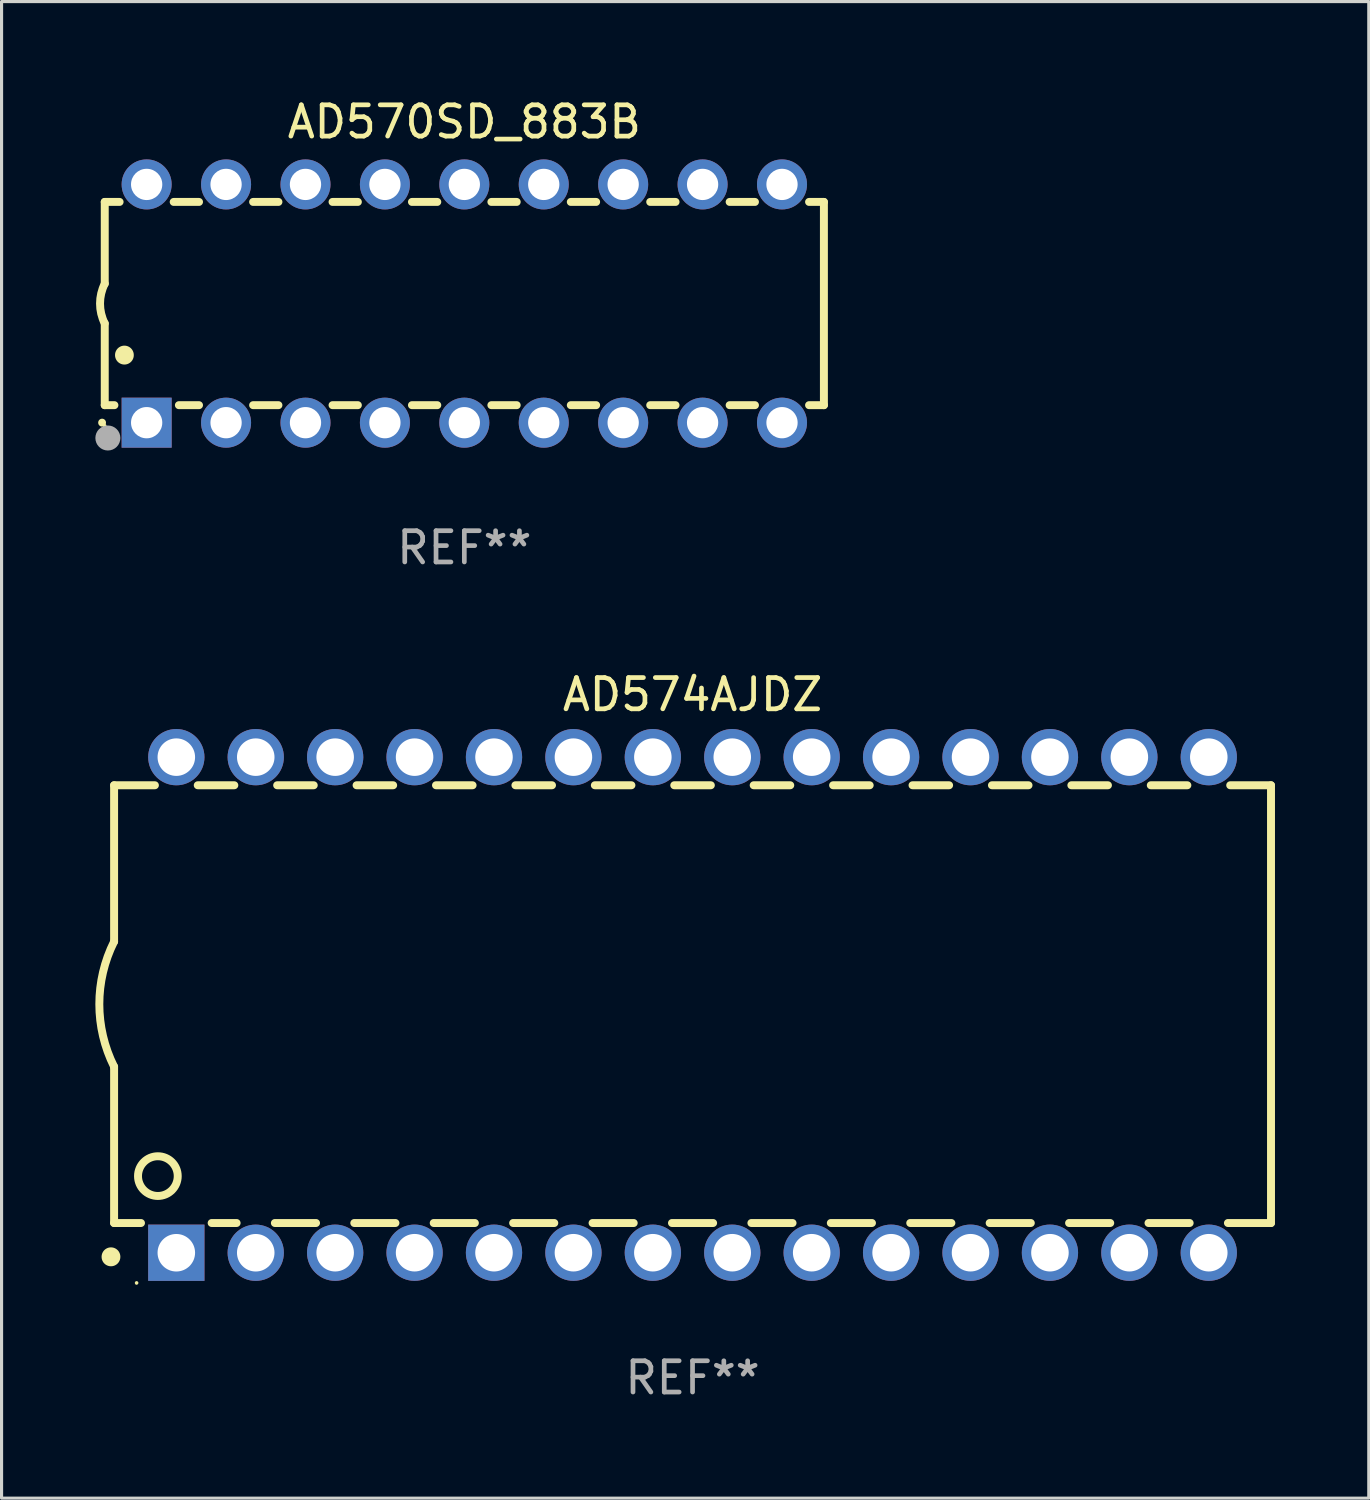
<source format=kicad_pcb>
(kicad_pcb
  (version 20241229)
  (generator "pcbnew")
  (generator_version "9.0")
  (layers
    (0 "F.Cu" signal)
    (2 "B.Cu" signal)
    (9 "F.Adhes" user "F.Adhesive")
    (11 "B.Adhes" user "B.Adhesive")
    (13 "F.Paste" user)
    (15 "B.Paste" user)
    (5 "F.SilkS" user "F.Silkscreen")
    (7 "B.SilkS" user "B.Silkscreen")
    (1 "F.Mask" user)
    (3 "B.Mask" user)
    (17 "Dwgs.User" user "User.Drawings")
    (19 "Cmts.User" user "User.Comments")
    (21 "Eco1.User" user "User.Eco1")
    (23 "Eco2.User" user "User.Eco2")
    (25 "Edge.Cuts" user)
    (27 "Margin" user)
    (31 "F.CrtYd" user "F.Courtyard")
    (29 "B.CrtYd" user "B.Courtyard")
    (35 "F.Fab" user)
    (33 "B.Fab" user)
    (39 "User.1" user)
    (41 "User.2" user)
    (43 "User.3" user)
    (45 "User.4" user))
  (footprint "AD570SD_883B"
    (layer "F.Cu")
    (at 11.8 6.658)
    (property "Reference" "AD570SD_883B" (at 0 -5.81 0) (layer "F.SilkS") (effects (font (size 1 1) (thickness 0.15))))
    (attr through_hole)
    (fp_line (start -11.5 -3.25) (end -11.5 -0.635) (stroke (width 0.254) (type solid)) (layer "F.SilkS"))
    (fp_line (start -11.5 3.25) (end -11.5 0.635) (stroke (width 0.254) (type solid)) (layer "F.SilkS"))
    (fp_line (start -11.5 3.25) (end -11.191 3.25) (stroke (width 0.254) (type solid)) (layer "F.SilkS"))
    (fp_line (start -11.025 -3.25) (end -11.5 -3.25) (stroke (width 0.254) (type solid)) (layer "F.SilkS"))
    (fp_line (start -9.129 3.25) (end -8.485 3.25) (stroke (width 0.254) (type solid)) (layer "F.SilkS"))
    (fp_line (start -8.485 -3.25) (end -9.295 -3.25) (stroke (width 0.254) (type solid)) (layer "F.SilkS"))
    (fp_line (start -6.755 3.25) (end -5.945 3.25) (stroke (width 0.254) (type solid)) (layer "F.SilkS"))
    (fp_line (start -5.945 -3.25) (end -6.755 -3.25) (stroke (width 0.254) (type solid)) (layer "F.SilkS"))
    (fp_line (start -4.215 3.25) (end -3.405 3.25) (stroke (width 0.254) (type solid)) (layer "F.SilkS"))
    (fp_line (start -3.405 -3.25) (end -4.215 -3.25) (stroke (width 0.254) (type solid)) (layer "F.SilkS"))
    (fp_line (start -1.675 3.25) (end -0.865 3.25) (stroke (width 0.254) (type solid)) (layer "F.SilkS"))
    (fp_line (start -0.865 -3.25) (end -1.675 -3.25) (stroke (width 0.254) (type solid)) (layer "F.SilkS"))
    (fp_line (start 0.865 3.25) (end 1.675 3.25) (stroke (width 0.254) (type solid)) (layer "F.SilkS"))
    (fp_line (start 1.675 -3.25) (end 0.865 -3.25) (stroke (width 0.254) (type solid)) (layer "F.SilkS"))
    (fp_line (start 3.405 3.25) (end 4.215 3.25) (stroke (width 0.254) (type solid)) (layer "F.SilkS"))
    (fp_line (start 4.215 -3.25) (end 3.405 -3.25) (stroke (width 0.254) (type solid)) (layer "F.SilkS"))
    (fp_line (start 5.945 3.25) (end 6.755 3.25) (stroke (width 0.254) (type solid)) (layer "F.SilkS"))
    (fp_line (start 6.755 -3.25) (end 5.945 -3.25) (stroke (width 0.254) (type solid)) (layer "F.SilkS"))
    (fp_line (start 8.485 3.25) (end 9.295 3.25) (stroke (width 0.254) (type solid)) (layer "F.SilkS"))
    (fp_line (start 9.295 -3.25) (end 8.485 -3.25) (stroke (width 0.254) (type solid)) (layer "F.SilkS"))
    (fp_line (start 11.025 3.25) (end 11.5 3.25) (stroke (width 0.254) (type solid)) (layer "F.SilkS"))
    (fp_line (start 11.5 -3.25) (end 11.025 -3.25) (stroke (width 0.254) (type solid)) (layer "F.SilkS"))
    (fp_line (start 11.5 -3.25) (end 11.5 3.25) (stroke (width 0.254) (type solid)) (layer "F.SilkS"))
    (fp_arc (start -11.584963 3.810008) (mid -11.58497 3.808738) (end -11.584963 3.807468) (stroke (width 0.25) (type solid)) (layer "F.SilkS"))
    (fp_arc (start -11.501143 0.635001) (mid -11.650665 -0.000132) (end -11.500025 -0.635001) (stroke (width 0.254001) (type solid)) (layer "F.SilkS"))
    (fp_arc (start -10.871222 1.651003) (mid -10.871233 1.648463) (end -10.871222 1.645923) (stroke (width 0.6) (type solid)) (layer "F.SilkS"))
    (fp_circle (center -11.5 3.91) (end -11.47 3.91) (stroke (width 0.06) (type solid)) (fill no) (layer "F.SilkS"))
    (fp_circle (center -11.4 4.3) (end -11.2 4.3) (stroke (width 0.4) (type solid)) (fill no) (layer "F.Fab"))
    (fp_text user "REF**" (at 0 7.81 0) (layer "F.Fab") (effects (font (size 1 1) (thickness 0.15))))
    (pad "1" thru_hole rect (at -10.16 3.81 90) (size 1.6 1.6) (drill 1) (layers "*.Cu" "*.Mask"))
    (pad "2" thru_hole circle (at -7.62 3.81 90) (size 1.6 1.6) (drill 1) (layers "*.Cu" "*.Mask"))
    (pad "3" thru_hole circle (at -5.08 3.81 90) (size 1.6 1.6) (drill 1) (layers "*.Cu" "*.Mask"))
    (pad "4" thru_hole circle (at -2.54 3.81 90) (size 1.6 1.6) (drill 1) (layers "*.Cu" "*.Mask"))
    (pad "5" thru_hole circle (at 0 3.81 90) (size 1.6 1.6) (drill 1) (layers "*.Cu" "*.Mask"))
    (pad "6" thru_hole circle (at 2.54 3.81 90) (size 1.6 1.6) (drill 1) (layers "*.Cu" "*.Mask"))
    (pad "7" thru_hole circle (at 5.08 3.81 90) (size 1.6 1.6) (drill 1) (layers "*.Cu" "*.Mask"))
    (pad "8" thru_hole circle (at 7.62 3.81 90) (size 1.6 1.6) (drill 1) (layers "*.Cu" "*.Mask"))
    (pad "9" thru_hole circle (at 10.16 3.81 90) (size 1.6 1.6) (drill 1) (layers "*.Cu" "*.Mask"))
    (pad "10" thru_hole circle (at 10.16 -3.81 90) (size 1.6 1.6) (drill 1) (layers "*.Cu" "*.Mask"))
    (pad "11" thru_hole circle (at 7.62 -3.81 90) (size 1.6 1.6) (drill 1) (layers "*.Cu" "*.Mask"))
    (pad "12" thru_hole circle (at 5.08 -3.81 90) (size 1.6 1.6) (drill 1) (layers "*.Cu" "*.Mask"))
    (pad "13" thru_hole circle (at 2.54 -3.81 90) (size 1.6 1.6) (drill 1) (layers "*.Cu" "*.Mask"))
    (pad "14" thru_hole circle (at 0 -3.81 90) (size 1.6 1.6) (drill 1) (layers "*.Cu" "*.Mask"))
    (pad "15" thru_hole circle (at -2.54 -3.81 90) (size 1.6 1.6) (drill 1) (layers "*.Cu" "*.Mask"))
    (pad "16" thru_hole circle (at -5.08 -3.81 90) (size 1.6 1.6) (drill 1) (layers "*.Cu" "*.Mask"))
    (pad "17" thru_hole circle (at -7.62 -3.81 90) (size 1.6 1.6) (drill 1) (layers "*.Cu" "*.Mask"))
    (pad "18" thru_hole circle (at -10.16 -3.81 90) (size 1.6 1.6) (drill 1) (layers "*.Cu" "*.Mask")))
  (footprint "AD574AJDZ"
    (layer "F.Cu")
    (at 19.099 29.09)
    (property "Reference" "AD574AJDZ" (at 0 -9.925 0) (layer "F.SilkS") (effects (font (size 1 1) (thickness 0.15))))
    (attr through_hole)
    (fp_line (start -18.5 -7.026) (end -18.5 -2.026) (stroke (width 0.254) (type solid)) (layer "F.SilkS"))
    (fp_line (start -18.5 1.974) (end -18.5 6.974) (stroke (width 0.254) (type solid)) (layer "F.SilkS"))
    (fp_line (start -17.64 6.974) (end -18.5 6.974) (stroke (width 0.254) (type solid)) (layer "F.SilkS"))
    (fp_line (start -17.195 -7.026) (end -18.5 -7.026) (stroke (width 0.254) (type solid)) (layer "F.SilkS"))
    (fp_line (start -14.655 -7.026) (end -15.825 -7.026) (stroke (width 0.254) (type solid)) (layer "F.SilkS"))
    (fp_line (start -14.582 6.974) (end -15.38 6.974) (stroke (width 0.254) (type solid)) (layer "F.SilkS"))
    (fp_line (start -12.115 -7.026) (end -13.285 -7.026) (stroke (width 0.254) (type solid)) (layer "F.SilkS"))
    (fp_line (start -12.042 6.974) (end -13.358 6.974) (stroke (width 0.254) (type solid)) (layer "F.SilkS"))
    (fp_line (start -9.575 -7.026) (end -10.745 -7.026) (stroke (width 0.254) (type solid)) (layer "F.SilkS"))
    (fp_line (start -9.502 6.974) (end -10.818 6.974) (stroke (width 0.254) (type solid)) (layer "F.SilkS"))
    (fp_line (start -7.035 -7.026) (end -8.205 -7.026) (stroke (width 0.254) (type solid)) (layer "F.SilkS"))
    (fp_line (start -6.962 6.974) (end -8.278 6.974) (stroke (width 0.254) (type solid)) (layer "F.SilkS"))
    (fp_line (start -4.495 -7.026) (end -5.665 -7.026) (stroke (width 0.254) (type solid)) (layer "F.SilkS"))
    (fp_line (start -4.422 6.974) (end -5.738 6.974) (stroke (width 0.254) (type solid)) (layer "F.SilkS"))
    (fp_line (start -1.955 -7.026) (end -3.125 -7.026) (stroke (width 0.254) (type solid)) (layer "F.SilkS"))
    (fp_line (start -1.882 6.974) (end -3.198 6.974) (stroke (width 0.254) (type solid)) (layer "F.SilkS"))
    (fp_line (start 0.585 -7.026) (end -0.585 -7.026) (stroke (width 0.254) (type solid)) (layer "F.SilkS"))
    (fp_line (start 0.658 6.974) (end -0.658 6.974) (stroke (width 0.254) (type solid)) (layer "F.SilkS"))
    (fp_line (start 3.125 -7.026) (end 1.955 -7.026) (stroke (width 0.254) (type solid)) (layer "F.SilkS"))
    (fp_line (start 3.198 6.974) (end 1.882 6.974) (stroke (width 0.254) (type solid)) (layer "F.SilkS"))
    (fp_line (start 5.665 -7.026) (end 4.495 -7.026) (stroke (width 0.254) (type solid)) (layer "F.SilkS"))
    (fp_line (start 5.738 6.974) (end 4.422 6.974) (stroke (width 0.254) (type solid)) (layer "F.SilkS"))
    (fp_line (start 8.205 -7.026) (end 7.035 -7.026) (stroke (width 0.254) (type solid)) (layer "F.SilkS"))
    (fp_line (start 8.278 6.974) (end 6.962 6.974) (stroke (width 0.254) (type solid)) (layer "F.SilkS"))
    (fp_line (start 10.745 -7.026) (end 9.575 -7.026) (stroke (width 0.254) (type solid)) (layer "F.SilkS"))
    (fp_line (start 10.818 6.974) (end 9.502 6.974) (stroke (width 0.254) (type solid)) (layer "F.SilkS"))
    (fp_line (start 13.285 -7.026) (end 12.115 -7.026) (stroke (width 0.254) (type solid)) (layer "F.SilkS"))
    (fp_line (start 13.358 6.974) (end 12.042 6.974) (stroke (width 0.254) (type solid)) (layer "F.SilkS"))
    (fp_line (start 15.825 -7.026) (end 14.655 -7.026) (stroke (width 0.254) (type solid)) (layer "F.SilkS"))
    (fp_line (start 15.898 6.974) (end 14.582 6.974) (stroke (width 0.254) (type solid)) (layer "F.SilkS"))
    (fp_line (start 18.5 -7.026) (end 17.195 -7.026) (stroke (width 0.254) (type solid)) (layer "F.SilkS"))
    (fp_line (start 18.5 6.974) (end 17.122 6.974) (stroke (width 0.254) (type solid)) (layer "F.SilkS"))
    (fp_line (start 18.5 6.974) (end 18.5 -7.026) (stroke (width 0.254) (type solid)) (layer "F.SilkS"))
    (fp_arc (start -18.599924 8.057734) (mid -18.599935 8.055207) (end -18.599924 8.052679) (stroke (width 0.6) (type solid)) (layer "F.SilkS"))
    (fp_arc (start -18.500051 1.974346) (mid -18.972187 -0.025654) (end -18.500051 -2.025654) (stroke (width 0.254001) (type solid)) (layer "F.SilkS"))
    (fp_circle (center -17.78 8.89) (end -17.75 8.89) (stroke (width 0.06) (type solid)) (fill no) (layer "F.SilkS"))
    (fp_circle (center -17.1 5.474) (end -16.465 5.474) (stroke (width 0.254) (type solid)) (fill no) (layer "F.SilkS"))
    (fp_text user "REF**" (at 0 11.925 0) (layer "F.Fab") (effects (font (size 1 1) (thickness 0.15))))
    (pad "1" thru_hole rect (at -16.51 7.925) (size 1.8 1.8) (drill 1.2) (layers "*.Cu" "*.Mask"))
    (pad "2" thru_hole circle (at -13.97 7.925) (size 1.8 1.8) (drill 1.2) (layers "*.Cu" "*.Mask"))
    (pad "3" thru_hole circle (at -11.43 7.924) (size 1.8 1.8) (drill 1.2) (layers "*.Cu" "*.Mask"))
    (pad "4" thru_hole circle (at -8.89 7.924) (size 1.8 1.8) (drill 1.2) (layers "*.Cu" "*.Mask"))
    (pad "5" thru_hole circle (at -6.35 7.924) (size 1.8 1.8) (drill 1.2) (layers "*.Cu" "*.Mask"))
    (pad "6" thru_hole circle (at -3.81 7.924) (size 1.8 1.8) (drill 1.2) (layers "*.Cu" "*.Mask"))
    (pad "7" thru_hole circle (at -1.27 7.924) (size 1.8 1.8) (drill 1.2) (layers "*.Cu" "*.Mask"))
    (pad "8" thru_hole circle (at 1.27 7.924) (size 1.8 1.8) (drill 1.2) (layers "*.Cu" "*.Mask"))
    (pad "9" thru_hole circle (at 3.81 7.924) (size 1.8 1.8) (drill 1.2) (layers "*.Cu" "*.Mask"))
    (pad "10" thru_hole circle (at 6.35 7.924) (size 1.8 1.8) (drill 1.2) (layers "*.Cu" "*.Mask"))
    (pad "11" thru_hole circle (at 8.89 7.924) (size 1.8 1.8) (drill 1.2) (layers "*.Cu" "*.Mask"))
    (pad "12" thru_hole circle (at 11.43 7.924) (size 1.8 1.8) (drill 1.2) (layers "*.Cu" "*.Mask"))
    (pad "13" thru_hole circle (at 13.97 7.924) (size 1.8 1.8) (drill 1.2) (layers "*.Cu" "*.Mask"))
    (pad "14" thru_hole circle (at 16.51 7.924) (size 1.8 1.8) (drill 1.2) (layers "*.Cu" "*.Mask"))
    (pad "15" thru_hole circle (at 16.51 -7.925) (size 1.8 1.8) (drill 1.2) (layers "*.Cu" "*.Mask"))
    (pad "16" thru_hole circle (at 13.97 -7.925) (size 1.8 1.8) (drill 1.2) (layers "*.Cu" "*.Mask"))
    (pad "17" thru_hole circle (at 11.43 -7.925) (size 1.8 1.8) (drill 1.2) (layers "*.Cu" "*.Mask"))
    (pad "18" thru_hole circle (at 8.89 -7.925) (size 1.8 1.8) (drill 1.2) (layers "*.Cu" "*.Mask"))
    (pad "19" thru_hole circle (at 6.35 -7.925) (size 1.8 1.8) (drill 1.2) (layers "*.Cu" "*.Mask"))
    (pad "20" thru_hole circle (at 3.81 -7.925) (size 1.8 1.8) (drill 1.2) (layers "*.Cu" "*.Mask"))
    (pad "21" thru_hole circle (at 1.27 -7.925) (size 1.8 1.8) (drill 1.2) (layers "*.Cu" "*.Mask"))
    (pad "22" thru_hole circle (at -1.27 -7.925) (size 1.8 1.8) (drill 1.2) (layers "*.Cu" "*.Mask"))
    (pad "23" thru_hole circle (at -3.81 -7.925) (size 1.8 1.8) (drill 1.2) (layers "*.Cu" "*.Mask"))
    (pad "24" thru_hole circle (at -6.35 -7.925) (size 1.8 1.8) (drill 1.2) (layers "*.Cu" "*.Mask"))
    (pad "25" thru_hole circle (at -8.89 -7.925) (size 1.8 1.8) (drill 1.2) (layers "*.Cu" "*.Mask"))
    (pad "26" thru_hole circle (at -11.43 -7.925) (size 1.8 1.8) (drill 1.2) (layers "*.Cu" "*.Mask"))
    (pad "27" thru_hole circle (at -13.97 -7.925) (size 1.8 1.8) (drill 1.2) (layers "*.Cu" "*.Mask"))
    (pad "28" thru_hole circle (at -16.51 -7.925) (size 1.8 1.8) (drill 1.2) (layers "*.Cu" "*.Mask")))
  (gr_rect
    (start -3 -3)
    (end 40.726 44.863)
    (stroke (width 0.1) (type default))
    (fill no)
    (layer "Edge.Cuts")))
</source>
